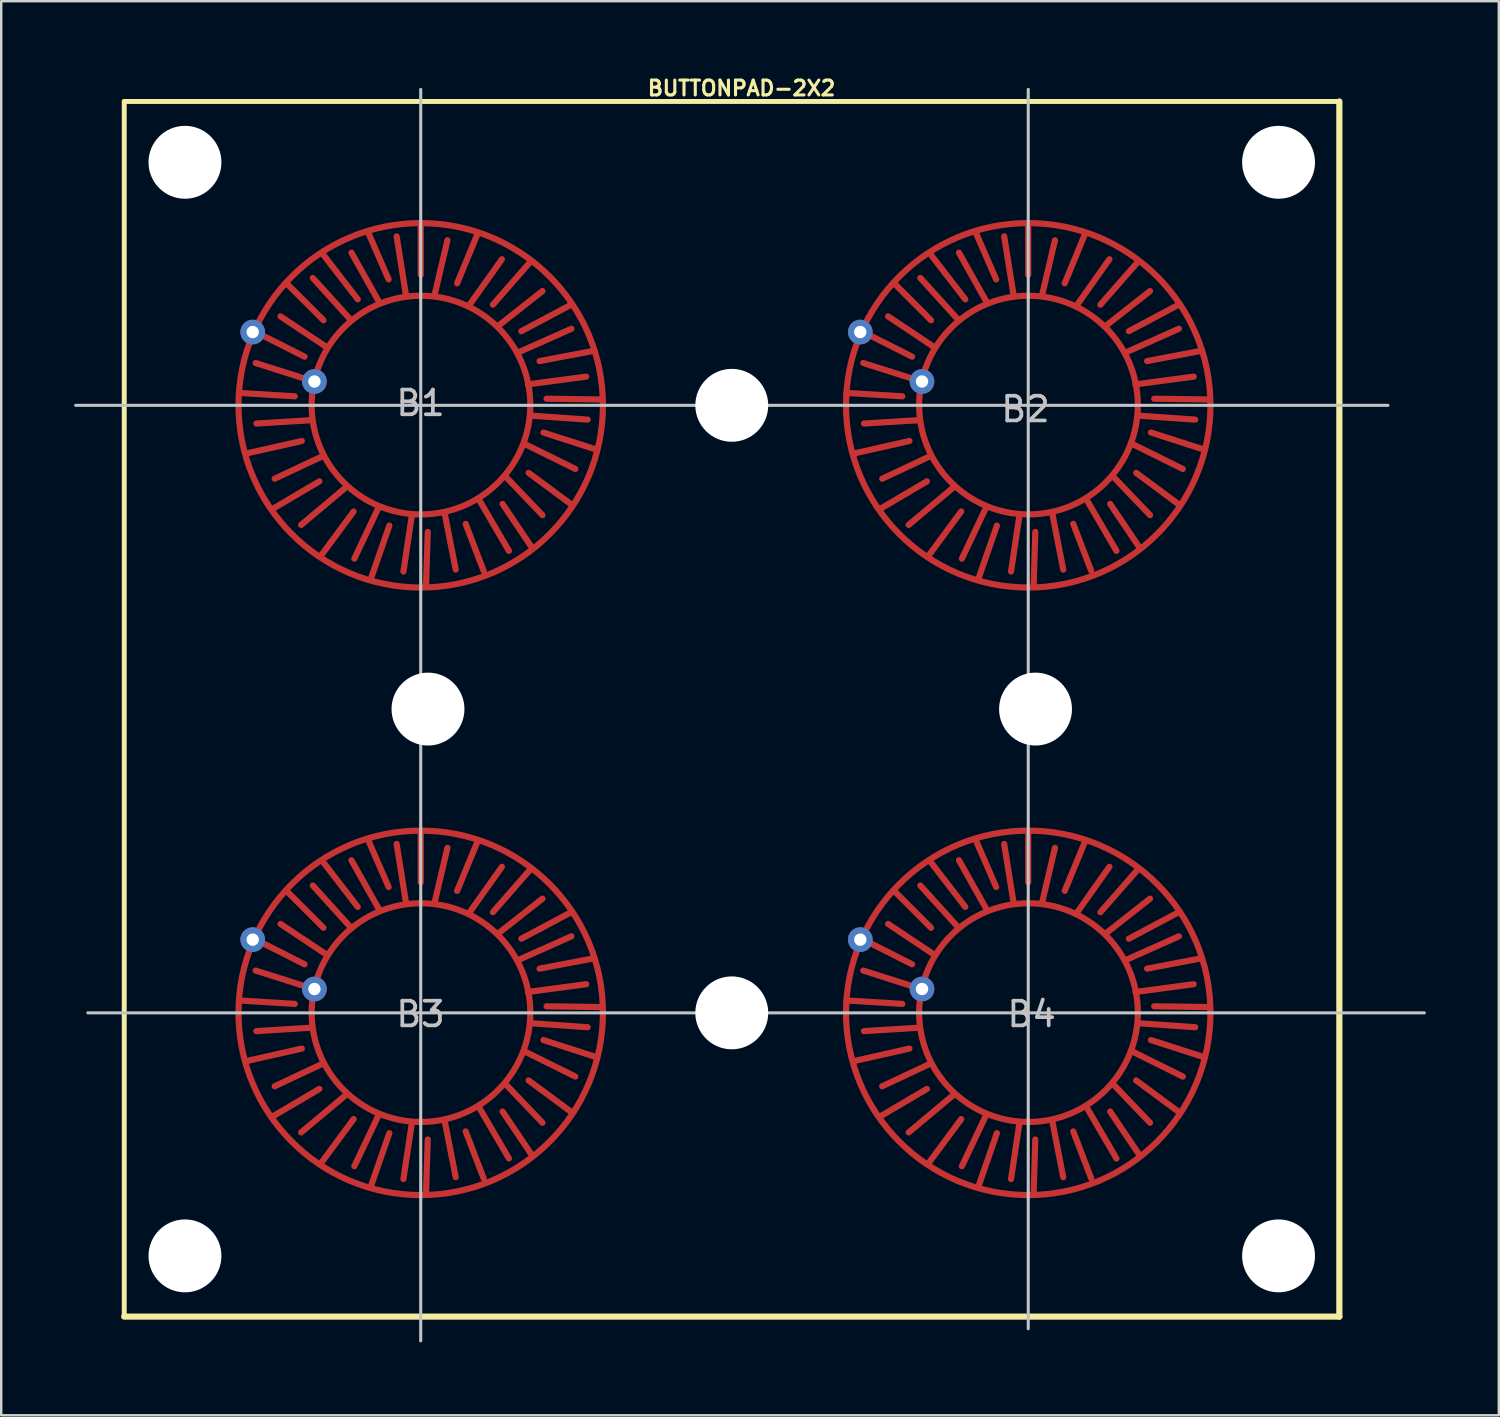
<source format=kicad_pcb>
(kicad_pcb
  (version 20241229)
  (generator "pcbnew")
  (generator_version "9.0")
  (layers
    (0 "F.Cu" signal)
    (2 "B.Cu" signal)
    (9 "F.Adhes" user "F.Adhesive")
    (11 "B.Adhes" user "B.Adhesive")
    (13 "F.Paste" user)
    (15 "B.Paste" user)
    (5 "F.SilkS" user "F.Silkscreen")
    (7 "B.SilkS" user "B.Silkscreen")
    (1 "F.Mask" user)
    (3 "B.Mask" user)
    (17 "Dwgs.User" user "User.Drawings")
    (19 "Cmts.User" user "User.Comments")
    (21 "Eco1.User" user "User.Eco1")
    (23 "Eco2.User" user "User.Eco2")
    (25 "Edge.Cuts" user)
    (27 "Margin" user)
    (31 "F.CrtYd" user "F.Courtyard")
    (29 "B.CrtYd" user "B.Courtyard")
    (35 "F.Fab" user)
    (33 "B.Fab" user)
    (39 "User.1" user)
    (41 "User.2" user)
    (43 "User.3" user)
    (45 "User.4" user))
  (footprint "BUTTONPAD-2X2"
    (layer "F.Cu")
    (at 2.062 51.126)
    (property "Reference" "BUTTONPAD-2X2" (at 25.4 -50.546 0) (layer "F.SilkS") (effects (font (size 0.61 0.61) (thickness 0.127))))
    (attr exclude_from_pos_files exclude_from_bom)
    (fp_line (start 4.719 -38.009) (end 7.018 -37.869) (stroke (width 0.254) (type solid)) (layer "F.Cu"))
    (fp_line (start 4.719 -13.01) (end 7.018 -12.868) (stroke (width 0.254) (type solid)) (layer "F.Cu"))
    (fp_line (start 5.039 -35.519) (end 7.308 -36.03) (stroke (width 0.254) (type solid)) (layer "F.Cu"))
    (fp_line (start 5.039 -10.518) (end 7.308 -11.029) (stroke (width 0.254) (type solid)) (layer "F.Cu"))
    (fp_line (start 5.359 -40.538) (end 7.419 -39.5) (stroke (width 0.254) (type solid)) (layer "F.Cu"))
    (fp_line (start 5.359 -15.54) (end 7.419 -14.498) (stroke (width 0.254) (type solid)) (layer "F.Cu"))
    (fp_line (start 6.129 -33.249) (end 8.029 -34.369) (stroke (width 0.254) (type solid)) (layer "F.Cu"))
    (fp_line (start 6.129 -8.25) (end 8.029 -9.368) (stroke (width 0.254) (type solid)) (layer "F.Cu"))
    (fp_line (start 6.698 -42.499) (end 8.199 -40.998) (stroke (width 0.254) (type solid)) (layer "F.Cu"))
    (fp_line (start 6.698 -17.498) (end 8.199 -15.999) (stroke (width 0.254) (type solid)) (layer "F.Cu"))
    (fp_line (start 7.739 -38.499) (end 5.408 -39.238) (stroke (width 0.254) (type solid)) (layer "F.Cu"))
    (fp_line (start 7.739 -36.888) (end 5.438 -36.749) (stroke (width 0.254) (type solid)) (layer "F.Cu"))
    (fp_line (start 7.739 -13.498) (end 5.408 -14.239) (stroke (width 0.254) (type solid)) (layer "F.Cu"))
    (fp_line (start 7.739 -11.89) (end 5.438 -11.748) (stroke (width 0.254) (type solid)) (layer "F.Cu"))
    (fp_line (start 8.108 -31.328) (end 9.439 -33.129) (stroke (width 0.254) (type solid)) (layer "F.Cu"))
    (fp_line (start 8.108 -6.33) (end 9.439 -8.128) (stroke (width 0.254) (type solid)) (layer "F.Cu"))
    (fp_line (start 8.189 -43.698) (end 9.609 -41.859) (stroke (width 0.254) (type solid)) (layer "F.Cu"))
    (fp_line (start 8.189 -35.418) (end 6.19 -34.478) (stroke (width 0.254) (type solid)) (layer "F.Cu"))
    (fp_line (start 8.189 -18.699) (end 9.609 -16.858) (stroke (width 0.254) (type solid)) (layer "F.Cu"))
    (fp_line (start 8.189 -10.419) (end 6.19 -9.479) (stroke (width 0.254) (type solid)) (layer "F.Cu"))
    (fp_line (start 8.349 -39.878) (end 6.429 -41.158) (stroke (width 0.254) (type solid)) (layer "F.Cu"))
    (fp_line (start 8.349 -14.879) (end 6.429 -16.159) (stroke (width 0.254) (type solid)) (layer "F.Cu"))
    (fp_line (start 9.129 -34.13) (end 7.28 -32.578) (stroke (width 0.254) (type solid)) (layer "F.Cu"))
    (fp_line (start 9.129 -9.129) (end 7.28 -7.579) (stroke (width 0.254) (type solid)) (layer "F.Cu"))
    (fp_line (start 9.289 -41.049) (end 7.76 -42.738) (stroke (width 0.254) (type solid)) (layer "F.Cu"))
    (fp_line (start 9.289 -16.048) (end 7.76 -17.739) (stroke (width 0.254) (type solid)) (layer "F.Cu"))
    (fp_line (start 10.038 -44.607) (end 10.879 -42.68) (stroke (width 0.254) (type solid)) (layer "F.Cu"))
    (fp_line (start 10.038 -19.609) (end 10.879 -17.678) (stroke (width 0.254) (type solid)) (layer "F.Cu"))
    (fp_line (start 10.168 -30.419) (end 10.909 -32.548) (stroke (width 0.254) (type solid)) (layer "F.Cu"))
    (fp_line (start 10.168 -5.418) (end 10.909 -7.549) (stroke (width 0.254) (type solid)) (layer "F.Cu"))
    (fp_line (start 10.46 -41.798) (end 9.35 -43.779) (stroke (width 0.254) (type solid)) (layer "F.Cu"))
    (fp_line (start 10.46 -33.279) (end 9.469 -31.189) (stroke (width 0.254) (type solid)) (layer "F.Cu"))
    (fp_line (start 10.46 -16.8) (end 9.35 -18.778) (stroke (width 0.254) (type solid)) (layer "F.Cu"))
    (fp_line (start 10.46 -8.278) (end 9.469 -6.19) (stroke (width 0.254) (type solid)) (layer "F.Cu"))
    (fp_line (start 11.587 -42.067) (end 11.209 -44.45) (stroke (width 0.254) (type solid)) (layer "F.Cu"))
    (fp_line (start 11.587 -17.069) (end 11.209 -19.449) (stroke (width 0.254) (type solid)) (layer "F.Cu"))
    (fp_line (start 11.829 -32.929) (end 11.488 -30.658) (stroke (width 0.254) (type solid)) (layer "F.Cu"))
    (fp_line (start 11.829 -7.93) (end 11.488 -5.659) (stroke (width 0.254) (type solid)) (layer "F.Cu"))
    (fp_line (start 12.2 -44.958) (end 12.2 -42.868) (stroke (width 0.254) (type solid)) (layer "F.Cu"))
    (fp_line (start 12.2 -19.959) (end 12.2 -17.869) (stroke (width 0.254) (type solid)) (layer "F.Cu"))
    (fp_line (start 12.418 -30.058) (end 12.489 -32.288) (stroke (width 0.254) (type solid)) (layer "F.Cu"))
    (fp_line (start 12.418 -5.06) (end 12.489 -7.29) (stroke (width 0.254) (type solid)) (layer "F.Cu"))
    (fp_line (start 12.789 -42.118) (end 13.299 -44.29) (stroke (width 0.254) (type solid)) (layer "F.Cu"))
    (fp_line (start 12.789 -17.12) (end 13.299 -19.289) (stroke (width 0.254) (type solid)) (layer "F.Cu"))
    (fp_line (start 13.188 -33.038) (end 13.64 -30.739) (stroke (width 0.254) (type solid)) (layer "F.Cu"))
    (fp_line (start 13.188 -8.039) (end 13.64 -5.738) (stroke (width 0.254) (type solid)) (layer "F.Cu"))
    (fp_line (start 14.178 -41.59) (end 15.54 -43.508) (stroke (width 0.254) (type solid)) (layer "F.Cu"))
    (fp_line (start 14.178 -16.589) (end 15.54 -18.509) (stroke (width 0.254) (type solid)) (layer "F.Cu"))
    (fp_line (start 14.529 -44.529) (end 13.698 -42.52) (stroke (width 0.254) (type solid)) (layer "F.Cu"))
    (fp_line (start 14.529 -19.528) (end 13.698 -17.518) (stroke (width 0.254) (type solid)) (layer "F.Cu"))
    (fp_line (start 14.608 -33.599) (end 15.829 -31.509) (stroke (width 0.254) (type solid)) (layer "F.Cu"))
    (fp_line (start 14.608 -8.598) (end 15.829 -6.507) (stroke (width 0.254) (type solid)) (layer "F.Cu"))
    (fp_line (start 14.788 -30.688) (end 14.049 -32.619) (stroke (width 0.254) (type solid)) (layer "F.Cu"))
    (fp_line (start 14.788 -5.69) (end 14.049 -7.62) (stroke (width 0.254) (type solid)) (layer "F.Cu"))
    (fp_line (start 15.38 -40.759) (end 17.209 -42.2) (stroke (width 0.254) (type solid)) (layer "F.Cu"))
    (fp_line (start 15.38 -15.758) (end 17.209 -17.198) (stroke (width 0.254) (type solid)) (layer "F.Cu"))
    (fp_line (start 15.7 -34.559) (end 17.209 -32.979) (stroke (width 0.254) (type solid)) (layer "F.Cu"))
    (fp_line (start 15.7 -9.558) (end 17.209 -7.978) (stroke (width 0.254) (type solid)) (layer "F.Cu"))
    (fp_line (start 16.18 -39.66) (end 18.4 -40.648) (stroke (width 0.254) (type solid)) (layer "F.Cu"))
    (fp_line (start 16.18 -14.658) (end 18.4 -15.649) (stroke (width 0.254) (type solid)) (layer "F.Cu"))
    (fp_line (start 16.5 -35.898) (end 18.56 -34.879) (stroke (width 0.254) (type solid)) (layer "F.Cu"))
    (fp_line (start 16.5 -10.899) (end 18.56 -9.878) (stroke (width 0.254) (type solid)) (layer "F.Cu"))
    (fp_line (start 16.609 -38.359) (end 19.009 -38.679) (stroke (width 0.254) (type solid)) (layer "F.Cu"))
    (fp_line (start 16.609 -13.358) (end 19.009 -13.678) (stroke (width 0.254) (type solid)) (layer "F.Cu"))
    (fp_line (start 16.718 -43.409) (end 15.169 -41.638) (stroke (width 0.254) (type solid)) (layer "F.Cu"))
    (fp_line (start 16.718 -18.41) (end 15.169 -16.64) (stroke (width 0.254) (type solid)) (layer "F.Cu"))
    (fp_line (start 16.739 -31.699) (end 15.568 -33.439) (stroke (width 0.254) (type solid)) (layer "F.Cu"))
    (fp_line (start 16.739 -6.698) (end 15.568 -8.438) (stroke (width 0.254) (type solid)) (layer "F.Cu"))
    (fp_line (start 16.8 -37.069) (end 19.068 -36.909) (stroke (width 0.254) (type solid)) (layer "F.Cu"))
    (fp_line (start 16.8 -12.068) (end 19.068 -11.908) (stroke (width 0.254) (type solid)) (layer "F.Cu"))
    (fp_line (start 18.349 -41.618) (end 16.34 -40.549) (stroke (width 0.254) (type solid)) (layer "F.Cu"))
    (fp_line (start 18.349 -16.619) (end 16.34 -15.55) (stroke (width 0.254) (type solid)) (layer "F.Cu"))
    (fp_line (start 18.369 -33.439) (end 16.64 -34.719) (stroke (width 0.254) (type solid)) (layer "F.Cu"))
    (fp_line (start 18.369 -8.438) (end 16.64 -9.718) (stroke (width 0.254) (type solid)) (layer "F.Cu"))
    (fp_line (start 19.309 -39.738) (end 17.089 -39.319) (stroke (width 0.254) (type solid)) (layer "F.Cu"))
    (fp_line (start 19.309 -14.74) (end 17.089 -14.318) (stroke (width 0.254) (type solid)) (layer "F.Cu"))
    (fp_line (start 19.418 -35.679) (end 17.249 -36.378) (stroke (width 0.254) (type solid)) (layer "F.Cu"))
    (fp_line (start 19.418 -10.678) (end 17.249 -11.379) (stroke (width 0.254) (type solid)) (layer "F.Cu"))
    (fp_line (start 19.578 -37.739) (end 17.379 -37.77) (stroke (width 0.254) (type solid)) (layer "F.Cu"))
    (fp_line (start 19.578 -12.738) (end 17.379 -12.769) (stroke (width 0.254) (type solid)) (layer "F.Cu"))
    (fp_line (start 29.718 -38.009) (end 32.019 -37.869) (stroke (width 0.254) (type solid)) (layer "F.Cu"))
    (fp_line (start 29.718 -13.01) (end 32.019 -12.868) (stroke (width 0.254) (type solid)) (layer "F.Cu"))
    (fp_line (start 30.038 -35.519) (end 32.309 -36.03) (stroke (width 0.254) (type solid)) (layer "F.Cu"))
    (fp_line (start 30.038 -10.518) (end 32.309 -11.029) (stroke (width 0.254) (type solid)) (layer "F.Cu"))
    (fp_line (start 30.358 -40.538) (end 32.418 -39.5) (stroke (width 0.254) (type solid)) (layer "F.Cu"))
    (fp_line (start 30.358 -15.54) (end 32.418 -14.498) (stroke (width 0.254) (type solid)) (layer "F.Cu"))
    (fp_line (start 31.128 -33.249) (end 33.028 -34.369) (stroke (width 0.254) (type solid)) (layer "F.Cu"))
    (fp_line (start 31.128 -8.25) (end 33.028 -9.368) (stroke (width 0.254) (type solid)) (layer "F.Cu"))
    (fp_line (start 31.699 -42.499) (end 33.198 -40.998) (stroke (width 0.254) (type solid)) (layer "F.Cu"))
    (fp_line (start 31.699 -17.498) (end 33.198 -15.999) (stroke (width 0.254) (type solid)) (layer "F.Cu"))
    (fp_line (start 32.738 -38.499) (end 30.409 -39.238) (stroke (width 0.254) (type solid)) (layer "F.Cu"))
    (fp_line (start 32.738 -36.888) (end 30.439 -36.749) (stroke (width 0.254) (type solid)) (layer "F.Cu"))
    (fp_line (start 32.738 -13.498) (end 30.409 -14.239) (stroke (width 0.254) (type solid)) (layer "F.Cu"))
    (fp_line (start 32.738 -11.89) (end 30.439 -11.748) (stroke (width 0.254) (type solid)) (layer "F.Cu"))
    (fp_line (start 33.109 -31.328) (end 34.44 -33.129) (stroke (width 0.254) (type solid)) (layer "F.Cu"))
    (fp_line (start 33.109 -6.33) (end 34.44 -8.128) (stroke (width 0.254) (type solid)) (layer "F.Cu"))
    (fp_line (start 33.188 -43.698) (end 34.608 -41.859) (stroke (width 0.254) (type solid)) (layer "F.Cu"))
    (fp_line (start 33.188 -35.418) (end 31.189 -34.478) (stroke (width 0.254) (type solid)) (layer "F.Cu"))
    (fp_line (start 33.188 -18.699) (end 34.608 -16.858) (stroke (width 0.254) (type solid)) (layer "F.Cu"))
    (fp_line (start 33.188 -10.419) (end 31.189 -9.479) (stroke (width 0.254) (type solid)) (layer "F.Cu"))
    (fp_line (start 33.348 -39.878) (end 31.43 -41.158) (stroke (width 0.254) (type solid)) (layer "F.Cu"))
    (fp_line (start 33.348 -14.879) (end 31.43 -16.159) (stroke (width 0.254) (type solid)) (layer "F.Cu"))
    (fp_line (start 34.13 -34.13) (end 32.278 -32.578) (stroke (width 0.254) (type solid)) (layer "F.Cu"))
    (fp_line (start 34.13 -9.129) (end 32.278 -7.579) (stroke (width 0.254) (type solid)) (layer "F.Cu"))
    (fp_line (start 34.29 -41.049) (end 32.758 -42.738) (stroke (width 0.254) (type solid)) (layer "F.Cu"))
    (fp_line (start 34.29 -16.048) (end 32.758 -17.739) (stroke (width 0.254) (type solid)) (layer "F.Cu"))
    (fp_line (start 35.039 -44.607) (end 35.877 -42.68) (stroke (width 0.254) (type solid)) (layer "F.Cu"))
    (fp_line (start 35.039 -19.609) (end 35.877 -17.678) (stroke (width 0.254) (type solid)) (layer "F.Cu"))
    (fp_line (start 35.169 -30.419) (end 35.908 -32.548) (stroke (width 0.254) (type solid)) (layer "F.Cu"))
    (fp_line (start 35.169 -5.418) (end 35.908 -7.549) (stroke (width 0.254) (type solid)) (layer "F.Cu"))
    (fp_line (start 35.458 -41.798) (end 34.348 -43.779) (stroke (width 0.254) (type solid)) (layer "F.Cu"))
    (fp_line (start 35.458 -33.279) (end 34.468 -31.189) (stroke (width 0.254) (type solid)) (layer "F.Cu"))
    (fp_line (start 35.458 -16.8) (end 34.348 -18.778) (stroke (width 0.254) (type solid)) (layer "F.Cu"))
    (fp_line (start 35.458 -8.278) (end 34.468 -6.19) (stroke (width 0.254) (type solid)) (layer "F.Cu"))
    (fp_line (start 36.589 -42.067) (end 36.208 -44.45) (stroke (width 0.254) (type solid)) (layer "F.Cu"))
    (fp_line (start 36.589 -17.069) (end 36.208 -19.449) (stroke (width 0.254) (type solid)) (layer "F.Cu"))
    (fp_line (start 36.83 -32.929) (end 36.49 -30.658) (stroke (width 0.254) (type solid)) (layer "F.Cu"))
    (fp_line (start 36.83 -7.93) (end 36.49 -5.659) (stroke (width 0.254) (type solid)) (layer "F.Cu"))
    (fp_line (start 37.198 -44.958) (end 37.198 -42.868) (stroke (width 0.254) (type solid)) (layer "F.Cu"))
    (fp_line (start 37.198 -19.959) (end 37.198 -17.869) (stroke (width 0.254) (type solid)) (layer "F.Cu"))
    (fp_line (start 37.419 -30.058) (end 37.488 -32.288) (stroke (width 0.254) (type solid)) (layer "F.Cu"))
    (fp_line (start 37.419 -5.06) (end 37.488 -7.29) (stroke (width 0.254) (type solid)) (layer "F.Cu"))
    (fp_line (start 37.788 -42.118) (end 38.298 -44.29) (stroke (width 0.254) (type solid)) (layer "F.Cu"))
    (fp_line (start 37.788 -17.12) (end 38.298 -19.289) (stroke (width 0.254) (type solid)) (layer "F.Cu"))
    (fp_line (start 38.189 -33.038) (end 38.638 -30.739) (stroke (width 0.254) (type solid)) (layer "F.Cu"))
    (fp_line (start 38.189 -8.039) (end 38.638 -5.738) (stroke (width 0.254) (type solid)) (layer "F.Cu"))
    (fp_line (start 39.179 -41.59) (end 40.538 -43.508) (stroke (width 0.254) (type solid)) (layer "F.Cu"))
    (fp_line (start 39.179 -16.589) (end 40.538 -18.509) (stroke (width 0.254) (type solid)) (layer "F.Cu"))
    (fp_line (start 39.527 -44.529) (end 38.699 -42.52) (stroke (width 0.254) (type solid)) (layer "F.Cu"))
    (fp_line (start 39.527 -19.528) (end 38.699 -17.518) (stroke (width 0.254) (type solid)) (layer "F.Cu"))
    (fp_line (start 39.609 -33.599) (end 40.828 -31.509) (stroke (width 0.254) (type solid)) (layer "F.Cu"))
    (fp_line (start 39.609 -8.598) (end 40.828 -6.507) (stroke (width 0.254) (type solid)) (layer "F.Cu"))
    (fp_line (start 39.789 -30.688) (end 39.05 -32.619) (stroke (width 0.254) (type solid)) (layer "F.Cu"))
    (fp_line (start 39.789 -5.69) (end 39.05 -7.62) (stroke (width 0.254) (type solid)) (layer "F.Cu"))
    (fp_line (start 40.378 -40.759) (end 42.21 -42.2) (stroke (width 0.254) (type solid)) (layer "F.Cu"))
    (fp_line (start 40.378 -15.758) (end 42.21 -17.198) (stroke (width 0.254) (type solid)) (layer "F.Cu"))
    (fp_line (start 40.698 -34.559) (end 42.21 -32.979) (stroke (width 0.254) (type solid)) (layer "F.Cu"))
    (fp_line (start 40.698 -9.558) (end 42.21 -7.978) (stroke (width 0.254) (type solid)) (layer "F.Cu"))
    (fp_line (start 41.178 -39.66) (end 43.398 -40.648) (stroke (width 0.254) (type solid)) (layer "F.Cu"))
    (fp_line (start 41.178 -14.658) (end 43.398 -15.649) (stroke (width 0.254) (type solid)) (layer "F.Cu"))
    (fp_line (start 41.499 -35.898) (end 43.558 -34.879) (stroke (width 0.254) (type solid)) (layer "F.Cu"))
    (fp_line (start 41.499 -10.899) (end 43.558 -9.878) (stroke (width 0.254) (type solid)) (layer "F.Cu"))
    (fp_line (start 41.608 -38.359) (end 44.008 -38.679) (stroke (width 0.254) (type solid)) (layer "F.Cu"))
    (fp_line (start 41.608 -13.358) (end 44.008 -13.678) (stroke (width 0.254) (type solid)) (layer "F.Cu"))
    (fp_line (start 41.719 -43.409) (end 40.168 -41.638) (stroke (width 0.254) (type solid)) (layer "F.Cu"))
    (fp_line (start 41.719 -18.41) (end 40.168 -16.64) (stroke (width 0.254) (type solid)) (layer "F.Cu"))
    (fp_line (start 41.74 -31.699) (end 40.569 -33.439) (stroke (width 0.254) (type solid)) (layer "F.Cu"))
    (fp_line (start 41.74 -6.698) (end 40.569 -8.438) (stroke (width 0.254) (type solid)) (layer "F.Cu"))
    (fp_line (start 41.798 -37.069) (end 44.069 -36.909) (stroke (width 0.254) (type solid)) (layer "F.Cu"))
    (fp_line (start 41.798 -12.068) (end 44.069 -11.908) (stroke (width 0.254) (type solid)) (layer "F.Cu"))
    (fp_line (start 43.348 -41.618) (end 41.339 -40.549) (stroke (width 0.254) (type solid)) (layer "F.Cu"))
    (fp_line (start 43.348 -16.619) (end 41.339 -15.55) (stroke (width 0.254) (type solid)) (layer "F.Cu"))
    (fp_line (start 43.368 -33.439) (end 41.638 -34.719) (stroke (width 0.254) (type solid)) (layer "F.Cu"))
    (fp_line (start 43.368 -8.438) (end 41.638 -9.718) (stroke (width 0.254) (type solid)) (layer "F.Cu"))
    (fp_line (start 44.308 -39.738) (end 42.088 -39.319) (stroke (width 0.254) (type solid)) (layer "F.Cu"))
    (fp_line (start 44.308 -14.74) (end 42.088 -14.318) (stroke (width 0.254) (type solid)) (layer "F.Cu"))
    (fp_line (start 44.42 -35.679) (end 42.248 -36.378) (stroke (width 0.254) (type solid)) (layer "F.Cu"))
    (fp_line (start 44.42 -10.678) (end 42.248 -11.379) (stroke (width 0.254) (type solid)) (layer "F.Cu"))
    (fp_line (start 44.58 -37.739) (end 42.38 -37.77) (stroke (width 0.254) (type solid)) (layer "F.Cu"))
    (fp_line (start 44.58 -12.738) (end 42.38 -12.769) (stroke (width 0.254) (type solid)) (layer "F.Cu"))
    (fp_circle (center 12.2 -37.498) (end 19.698 -37.498) (stroke (width 0.254) (type solid)) (fill no) (layer "F.Cu"))
    (fp_circle (center 12.2 -12.499) (end 12.2 -19.997) (stroke (width 0.254) (type solid)) (fill no) (layer "F.Cu"))
    (fp_circle (center 12.21 -37.508) (end 12.21 -42.007) (stroke (width 0.254) (type solid)) (fill no) (layer "F.Cu"))
    (fp_circle (center 12.21 -12.509) (end 12.21 -17.008) (stroke (width 0.254) (type solid)) (fill no) (layer "F.Cu"))
    (fp_circle (center 37.198 -37.498) (end 37.198 -44.996) (stroke (width 0.254) (type solid)) (fill no) (layer "F.Cu"))
    (fp_circle (center 37.198 -12.499) (end 44.696 -12.499) (stroke (width 0.254) (type solid)) (fill no) (layer "F.Cu"))
    (fp_circle (center 37.208 -37.508) (end 37.208 -42.007) (stroke (width 0.254) (type solid)) (fill no) (layer "F.Cu"))
    (fp_circle (center 37.208 -12.509) (end 37.208 -17.008) (stroke (width 0.254) (type solid)) (fill no) (layer "F.Cu"))
    (fp_line (start 4.729 -38.009) (end 7.018 -37.869) (stroke (width 0.254) (type solid)) (layer "F.Mask"))
    (fp_line (start 4.729 -13.01) (end 7.018 -12.868) (stroke (width 0.254) (type solid)) (layer "F.Mask"))
    (fp_line (start 5.359 -40.528) (end 7.419 -39.5) (stroke (width 0.254) (type solid)) (layer "F.Mask"))
    (fp_line (start 5.359 -15.53) (end 7.419 -14.498) (stroke (width 0.254) (type solid)) (layer "F.Mask"))
    (fp_line (start 5.408 -39.238) (end 7.777 -38.478) (stroke (width 0.254) (type solid)) (layer "F.Mask"))
    (fp_line (start 5.408 -14.239) (end 7.777 -13.48) (stroke (width 0.254) (type solid)) (layer "F.Mask"))
    (fp_line (start 5.438 -36.749) (end 7.739 -36.899) (stroke (width 0.254) (type solid)) (layer "F.Mask"))
    (fp_line (start 5.438 -11.748) (end 7.739 -11.9) (stroke (width 0.254) (type solid)) (layer "F.Mask"))
    (fp_line (start 6.078 -33.218) (end 8.029 -34.369) (stroke (width 0.254) (type solid)) (layer "F.Mask"))
    (fp_line (start 6.078 -8.219) (end 8.029 -9.368) (stroke (width 0.254) (type solid)) (layer "F.Mask"))
    (fp_line (start 6.19 -34.478) (end 8.189 -35.418) (stroke (width 0.254) (type solid)) (layer "F.Mask"))
    (fp_line (start 6.19 -9.479) (end 8.189 -10.419) (stroke (width 0.254) (type solid)) (layer "F.Mask"))
    (fp_line (start 6.429 -41.158) (end 8.288 -39.929) (stroke (width 0.254) (type solid)) (layer "F.Mask"))
    (fp_line (start 6.429 -16.159) (end 8.288 -14.928) (stroke (width 0.254) (type solid)) (layer "F.Mask"))
    (fp_line (start 6.678 -42.509) (end 8.199 -40.998) (stroke (width 0.254) (type solid)) (layer "F.Mask"))
    (fp_line (start 6.678 -17.508) (end 8.199 -15.999) (stroke (width 0.254) (type solid)) (layer "F.Mask"))
    (fp_line (start 7.308 -36.03) (end 5.029 -35.519) (stroke (width 0.254) (type solid)) (layer "F.Mask"))
    (fp_line (start 7.308 -11.029) (end 5.029 -10.518) (stroke (width 0.254) (type solid)) (layer "F.Mask"))
    (fp_line (start 7.76 -42.738) (end 9.319 -41.018) (stroke (width 0.254) (type solid)) (layer "F.Mask"))
    (fp_line (start 7.76 -17.739) (end 9.319 -16.02) (stroke (width 0.254) (type solid)) (layer "F.Mask"))
    (fp_line (start 8.158 -43.739) (end 9.609 -41.859) (stroke (width 0.254) (type solid)) (layer "F.Mask"))
    (fp_line (start 8.158 -18.738) (end 9.609 -16.858) (stroke (width 0.254) (type solid)) (layer "F.Mask"))
    (fp_line (start 9.149 -34.158) (end 7.28 -32.578) (stroke (width 0.254) (type solid)) (layer "F.Mask"))
    (fp_line (start 9.149 -9.159) (end 7.28 -7.579) (stroke (width 0.254) (type solid)) (layer "F.Mask"))
    (fp_line (start 9.35 -43.779) (end 10.46 -41.798) (stroke (width 0.254) (type solid)) (layer "F.Mask"))
    (fp_line (start 9.35 -18.778) (end 10.46 -16.8) (stroke (width 0.254) (type solid)) (layer "F.Mask"))
    (fp_line (start 9.439 -33.129) (end 8.098 -31.278) (stroke (width 0.254) (type solid)) (layer "F.Mask"))
    (fp_line (start 9.439 -8.128) (end 8.098 -6.279) (stroke (width 0.254) (type solid)) (layer "F.Mask"))
    (fp_line (start 9.459 -31.189) (end 10.45 -33.249) (stroke (width 0.254) (type solid)) (layer "F.Mask"))
    (fp_line (start 9.459 -6.19) (end 10.45 -8.25) (stroke (width 0.254) (type solid)) (layer "F.Mask"))
    (fp_line (start 10.879 -42.68) (end 10.018 -44.648) (stroke (width 0.254) (type solid)) (layer "F.Mask"))
    (fp_line (start 10.879 -17.678) (end 10.018 -19.649) (stroke (width 0.254) (type solid)) (layer "F.Mask"))
    (fp_line (start 10.909 -32.548) (end 10.15 -30.368) (stroke (width 0.254) (type solid)) (layer "F.Mask"))
    (fp_line (start 10.909 -7.549) (end 10.15 -5.37) (stroke (width 0.254) (type solid)) (layer "F.Mask"))
    (fp_line (start 11.488 -30.658) (end 11.839 -32.99) (stroke (width 0.254) (type solid)) (layer "F.Mask"))
    (fp_line (start 11.488 -5.659) (end 11.839 -7.988) (stroke (width 0.254) (type solid)) (layer "F.Mask"))
    (fp_line (start 11.618 -41.979) (end 11.209 -44.45) (stroke (width 0.254) (type solid)) (layer "F.Mask"))
    (fp_line (start 11.618 -16.98) (end 11.209 -19.449) (stroke (width 0.254) (type solid)) (layer "F.Mask"))
    (fp_line (start 12.2 -42.868) (end 12.2 -44.988) (stroke (width 0.254) (type solid)) (layer "F.Mask"))
    (fp_line (start 12.2 -17.869) (end 12.2 -19.99) (stroke (width 0.254) (type solid)) (layer "F.Mask"))
    (fp_line (start 12.489 -32.288) (end 12.418 -30.058) (stroke (width 0.254) (type solid)) (layer "F.Mask"))
    (fp_line (start 12.489 -7.29) (end 12.418 -5.06) (stroke (width 0.254) (type solid)) (layer "F.Mask"))
    (fp_line (start 12.758 -42.009) (end 13.299 -44.29) (stroke (width 0.254) (type solid)) (layer "F.Mask"))
    (fp_line (start 12.758 -17.008) (end 13.299 -19.289) (stroke (width 0.254) (type solid)) (layer "F.Mask"))
    (fp_line (start 13.64 -30.739) (end 13.178 -33.089) (stroke (width 0.254) (type solid)) (layer "F.Mask"))
    (fp_line (start 13.64 -5.738) (end 13.178 -8.09) (stroke (width 0.254) (type solid)) (layer "F.Mask"))
    (fp_line (start 13.698 -42.52) (end 14.539 -44.539) (stroke (width 0.254) (type solid)) (layer "F.Mask"))
    (fp_line (start 13.698 -17.518) (end 14.539 -19.538) (stroke (width 0.254) (type solid)) (layer "F.Mask"))
    (fp_line (start 14.049 -32.619) (end 14.829 -30.569) (stroke (width 0.254) (type solid)) (layer "F.Mask"))
    (fp_line (start 14.049 -7.62) (end 14.829 -5.568) (stroke (width 0.254) (type solid)) (layer "F.Mask"))
    (fp_line (start 14.199 -41.598) (end 15.54 -43.508) (stroke (width 0.254) (type solid)) (layer "F.Mask"))
    (fp_line (start 14.199 -16.599) (end 15.54 -18.509) (stroke (width 0.254) (type solid)) (layer "F.Mask"))
    (fp_line (start 15.39 -40.77) (end 17.209 -42.2) (stroke (width 0.254) (type solid)) (layer "F.Mask"))
    (fp_line (start 15.39 -15.768) (end 17.209 -17.198) (stroke (width 0.254) (type solid)) (layer "F.Mask"))
    (fp_line (start 15.568 -33.439) (end 16.769 -31.659) (stroke (width 0.254) (type solid)) (layer "F.Mask"))
    (fp_line (start 15.568 -8.438) (end 16.769 -6.66) (stroke (width 0.254) (type solid)) (layer "F.Mask"))
    (fp_line (start 15.659 -34.6) (end 17.209 -32.979) (stroke (width 0.254) (type solid)) (layer "F.Mask"))
    (fp_line (start 15.659 -9.599) (end 17.209 -7.978) (stroke (width 0.254) (type solid)) (layer "F.Mask"))
    (fp_line (start 15.829 -31.519) (end 14.58 -33.658) (stroke (width 0.254) (type solid)) (layer "F.Mask"))
    (fp_line (start 15.829 -6.518) (end 14.58 -8.659) (stroke (width 0.254) (type solid)) (layer "F.Mask"))
    (fp_line (start 16.228 -39.68) (end 18.4 -40.648) (stroke (width 0.254) (type solid)) (layer "F.Mask"))
    (fp_line (start 16.228 -14.679) (end 18.4 -15.649) (stroke (width 0.254) (type solid)) (layer "F.Mask"))
    (fp_line (start 16.34 -40.549) (end 18.369 -41.638) (stroke (width 0.254) (type solid)) (layer "F.Mask"))
    (fp_line (start 16.34 -15.55) (end 18.369 -16.64) (stroke (width 0.254) (type solid)) (layer "F.Mask"))
    (fp_line (start 16.429 -35.928) (end 18.56 -34.879) (stroke (width 0.254) (type solid)) (layer "F.Mask"))
    (fp_line (start 16.429 -10.93) (end 18.56 -9.878) (stroke (width 0.254) (type solid)) (layer "F.Mask"))
    (fp_line (start 16.64 -34.719) (end 18.39 -33.419) (stroke (width 0.254) (type solid)) (layer "F.Mask"))
    (fp_line (start 16.64 -9.718) (end 18.39 -8.418) (stroke (width 0.254) (type solid)) (layer "F.Mask"))
    (fp_line (start 16.667 -38.359) (end 19.009 -38.679) (stroke (width 0.254) (type solid)) (layer "F.Mask"))
    (fp_line (start 16.667 -13.358) (end 19.009 -13.678) (stroke (width 0.254) (type solid)) (layer "F.Mask"))
    (fp_line (start 16.708 -37.069) (end 19.068 -36.909) (stroke (width 0.254) (type solid)) (layer "F.Mask"))
    (fp_line (start 16.708 -12.068) (end 19.068 -11.908) (stroke (width 0.254) (type solid)) (layer "F.Mask"))
    (fp_line (start 16.728 -43.419) (end 15.169 -41.638) (stroke (width 0.254) (type solid)) (layer "F.Mask"))
    (fp_line (start 16.728 -18.418) (end 15.169 -16.64) (stroke (width 0.254) (type solid)) (layer "F.Mask"))
    (fp_line (start 17.089 -39.319) (end 19.329 -39.738) (stroke (width 0.254) (type solid)) (layer "F.Mask"))
    (fp_line (start 17.089 -14.318) (end 19.329 -14.74) (stroke (width 0.254) (type solid)) (layer "F.Mask"))
    (fp_line (start 17.249 -36.378) (end 19.367 -35.7) (stroke (width 0.254) (type solid)) (layer "F.Mask"))
    (fp_line (start 17.249 -11.379) (end 19.367 -10.698) (stroke (width 0.254) (type solid)) (layer "F.Mask"))
    (fp_line (start 17.369 -37.77) (end 19.66 -37.739) (stroke (width 0.254) (type solid)) (layer "F.Mask"))
    (fp_line (start 17.369 -12.769) (end 19.66 -12.738) (stroke (width 0.254) (type solid)) (layer "F.Mask"))
    (fp_line (start 29.728 -38.009) (end 32.019 -37.869) (stroke (width 0.254) (type solid)) (layer "F.Mask"))
    (fp_line (start 29.728 -13.01) (end 32.019 -12.868) (stroke (width 0.254) (type solid)) (layer "F.Mask"))
    (fp_line (start 30.358 -40.528) (end 32.418 -39.5) (stroke (width 0.254) (type solid)) (layer "F.Mask"))
    (fp_line (start 30.358 -15.53) (end 32.418 -14.498) (stroke (width 0.254) (type solid)) (layer "F.Mask"))
    (fp_line (start 30.409 -39.238) (end 32.779 -38.478) (stroke (width 0.254) (type solid)) (layer "F.Mask"))
    (fp_line (start 30.409 -14.239) (end 32.779 -13.48) (stroke (width 0.254) (type solid)) (layer "F.Mask"))
    (fp_line (start 30.439 -36.749) (end 32.738 -36.899) (stroke (width 0.254) (type solid)) (layer "F.Mask"))
    (fp_line (start 30.439 -11.748) (end 32.738 -11.9) (stroke (width 0.254) (type solid)) (layer "F.Mask"))
    (fp_line (start 31.079 -33.218) (end 33.028 -34.369) (stroke (width 0.254) (type solid)) (layer "F.Mask"))
    (fp_line (start 31.079 -8.219) (end 33.028 -9.368) (stroke (width 0.254) (type solid)) (layer "F.Mask"))
    (fp_line (start 31.189 -34.478) (end 33.188 -35.418) (stroke (width 0.254) (type solid)) (layer "F.Mask"))
    (fp_line (start 31.189 -9.479) (end 33.188 -10.419) (stroke (width 0.254) (type solid)) (layer "F.Mask"))
    (fp_line (start 31.43 -41.158) (end 33.289 -39.929) (stroke (width 0.254) (type solid)) (layer "F.Mask"))
    (fp_line (start 31.43 -16.159) (end 33.289 -14.928) (stroke (width 0.254) (type solid)) (layer "F.Mask"))
    (fp_line (start 31.679 -42.509) (end 33.198 -40.998) (stroke (width 0.254) (type solid)) (layer "F.Mask"))
    (fp_line (start 31.679 -17.508) (end 33.198 -15.999) (stroke (width 0.254) (type solid)) (layer "F.Mask"))
    (fp_line (start 32.309 -36.03) (end 30.028 -35.519) (stroke (width 0.254) (type solid)) (layer "F.Mask"))
    (fp_line (start 32.309 -11.029) (end 30.028 -10.518) (stroke (width 0.254) (type solid)) (layer "F.Mask"))
    (fp_line (start 32.758 -42.738) (end 34.318 -41.018) (stroke (width 0.254) (type solid)) (layer "F.Mask"))
    (fp_line (start 32.758 -17.739) (end 34.318 -16.02) (stroke (width 0.254) (type solid)) (layer "F.Mask"))
    (fp_line (start 33.16 -43.739) (end 34.608 -41.859) (stroke (width 0.254) (type solid)) (layer "F.Mask"))
    (fp_line (start 33.16 -18.738) (end 34.608 -16.858) (stroke (width 0.254) (type solid)) (layer "F.Mask"))
    (fp_line (start 34.148 -34.158) (end 32.278 -32.578) (stroke (width 0.254) (type solid)) (layer "F.Mask"))
    (fp_line (start 34.148 -9.159) (end 32.278 -7.579) (stroke (width 0.254) (type solid)) (layer "F.Mask"))
    (fp_line (start 34.348 -43.779) (end 35.458 -41.798) (stroke (width 0.254) (type solid)) (layer "F.Mask"))
    (fp_line (start 34.348 -18.778) (end 35.458 -16.8) (stroke (width 0.254) (type solid)) (layer "F.Mask"))
    (fp_line (start 34.44 -33.129) (end 33.099 -31.278) (stroke (width 0.254) (type solid)) (layer "F.Mask"))
    (fp_line (start 34.44 -8.128) (end 33.099 -6.279) (stroke (width 0.254) (type solid)) (layer "F.Mask"))
    (fp_line (start 34.458 -31.189) (end 35.448 -33.249) (stroke (width 0.254) (type solid)) (layer "F.Mask"))
    (fp_line (start 34.458 -6.19) (end 35.448 -8.25) (stroke (width 0.254) (type solid)) (layer "F.Mask"))
    (fp_line (start 35.877 -42.68) (end 35.019 -44.648) (stroke (width 0.254) (type solid)) (layer "F.Mask"))
    (fp_line (start 35.877 -17.678) (end 35.019 -19.649) (stroke (width 0.254) (type solid)) (layer "F.Mask"))
    (fp_line (start 35.908 -32.548) (end 35.149 -30.368) (stroke (width 0.254) (type solid)) (layer "F.Mask"))
    (fp_line (start 35.908 -7.549) (end 35.149 -5.37) (stroke (width 0.254) (type solid)) (layer "F.Mask"))
    (fp_line (start 36.49 -30.658) (end 36.838 -32.99) (stroke (width 0.254) (type solid)) (layer "F.Mask"))
    (fp_line (start 36.49 -5.659) (end 36.838 -7.988) (stroke (width 0.254) (type solid)) (layer "F.Mask"))
    (fp_line (start 36.619 -41.979) (end 36.208 -44.45) (stroke (width 0.254) (type solid)) (layer "F.Mask"))
    (fp_line (start 36.619 -16.98) (end 36.208 -19.449) (stroke (width 0.254) (type solid)) (layer "F.Mask"))
    (fp_line (start 37.198 -42.868) (end 37.198 -44.988) (stroke (width 0.254) (type solid)) (layer "F.Mask"))
    (fp_line (start 37.198 -17.869) (end 37.198 -19.99) (stroke (width 0.254) (type solid)) (layer "F.Mask"))
    (fp_line (start 37.488 -32.288) (end 37.419 -30.058) (stroke (width 0.254) (type solid)) (layer "F.Mask"))
    (fp_line (start 37.488 -7.29) (end 37.419 -5.06) (stroke (width 0.254) (type solid)) (layer "F.Mask"))
    (fp_line (start 37.76 -42.009) (end 38.298 -44.29) (stroke (width 0.254) (type solid)) (layer "F.Mask"))
    (fp_line (start 37.76 -17.008) (end 38.298 -19.289) (stroke (width 0.254) (type solid)) (layer "F.Mask"))
    (fp_line (start 38.638 -30.739) (end 38.179 -33.089) (stroke (width 0.254) (type solid)) (layer "F.Mask"))
    (fp_line (start 38.638 -5.738) (end 38.179 -8.09) (stroke (width 0.254) (type solid)) (layer "F.Mask"))
    (fp_line (start 38.699 -42.52) (end 39.538 -44.539) (stroke (width 0.254) (type solid)) (layer "F.Mask"))
    (fp_line (start 38.699 -17.518) (end 39.538 -19.538) (stroke (width 0.254) (type solid)) (layer "F.Mask"))
    (fp_line (start 39.05 -32.619) (end 39.83 -30.569) (stroke (width 0.254) (type solid)) (layer "F.Mask"))
    (fp_line (start 39.05 -7.62) (end 39.83 -5.568) (stroke (width 0.254) (type solid)) (layer "F.Mask"))
    (fp_line (start 39.2 -41.598) (end 40.538 -43.508) (stroke (width 0.254) (type solid)) (layer "F.Mask"))
    (fp_line (start 39.2 -16.599) (end 40.538 -18.509) (stroke (width 0.254) (type solid)) (layer "F.Mask"))
    (fp_line (start 40.389 -40.77) (end 42.21 -42.2) (stroke (width 0.254) (type solid)) (layer "F.Mask"))
    (fp_line (start 40.389 -15.768) (end 42.21 -17.198) (stroke (width 0.254) (type solid)) (layer "F.Mask"))
    (fp_line (start 40.569 -33.439) (end 41.768 -31.659) (stroke (width 0.254) (type solid)) (layer "F.Mask"))
    (fp_line (start 40.569 -8.438) (end 41.768 -6.66) (stroke (width 0.254) (type solid)) (layer "F.Mask"))
    (fp_line (start 40.658 -34.6) (end 42.21 -32.979) (stroke (width 0.254) (type solid)) (layer "F.Mask"))
    (fp_line (start 40.658 -9.599) (end 42.21 -7.978) (stroke (width 0.254) (type solid)) (layer "F.Mask"))
    (fp_line (start 40.828 -31.519) (end 39.578 -33.658) (stroke (width 0.254) (type solid)) (layer "F.Mask"))
    (fp_line (start 40.828 -6.518) (end 39.578 -8.659) (stroke (width 0.254) (type solid)) (layer "F.Mask"))
    (fp_line (start 41.229 -39.68) (end 43.398 -40.648) (stroke (width 0.254) (type solid)) (layer "F.Mask"))
    (fp_line (start 41.229 -14.679) (end 43.398 -15.649) (stroke (width 0.254) (type solid)) (layer "F.Mask"))
    (fp_line (start 41.339 -40.549) (end 43.368 -41.638) (stroke (width 0.254) (type solid)) (layer "F.Mask"))
    (fp_line (start 41.339 -15.55) (end 43.368 -16.64) (stroke (width 0.254) (type solid)) (layer "F.Mask"))
    (fp_line (start 41.43 -35.928) (end 43.558 -34.879) (stroke (width 0.254) (type solid)) (layer "F.Mask"))
    (fp_line (start 41.43 -10.93) (end 43.558 -9.878) (stroke (width 0.254) (type solid)) (layer "F.Mask"))
    (fp_line (start 41.638 -34.719) (end 43.388 -33.419) (stroke (width 0.254) (type solid)) (layer "F.Mask"))
    (fp_line (start 41.638 -9.718) (end 43.388 -8.418) (stroke (width 0.254) (type solid)) (layer "F.Mask"))
    (fp_line (start 41.669 -38.359) (end 44.008 -38.679) (stroke (width 0.254) (type solid)) (layer "F.Mask"))
    (fp_line (start 41.669 -13.358) (end 44.008 -13.678) (stroke (width 0.254) (type solid)) (layer "F.Mask"))
    (fp_line (start 41.709 -37.069) (end 44.069 -36.909) (stroke (width 0.254) (type solid)) (layer "F.Mask"))
    (fp_line (start 41.709 -12.068) (end 44.069 -11.908) (stroke (width 0.254) (type solid)) (layer "F.Mask"))
    (fp_line (start 41.73 -43.419) (end 40.168 -41.638) (stroke (width 0.254) (type solid)) (layer "F.Mask"))
    (fp_line (start 41.73 -18.418) (end 40.168 -16.64) (stroke (width 0.254) (type solid)) (layer "F.Mask"))
    (fp_line (start 42.088 -39.319) (end 44.328 -39.738) (stroke (width 0.254) (type solid)) (layer "F.Mask"))
    (fp_line (start 42.088 -14.318) (end 44.328 -14.74) (stroke (width 0.254) (type solid)) (layer "F.Mask"))
    (fp_line (start 42.248 -36.378) (end 44.369 -35.7) (stroke (width 0.254) (type solid)) (layer "F.Mask"))
    (fp_line (start 42.248 -11.379) (end 44.369 -10.698) (stroke (width 0.254) (type solid)) (layer "F.Mask"))
    (fp_line (start 42.37 -37.77) (end 44.658 -37.739) (stroke (width 0.254) (type solid)) (layer "F.Mask"))
    (fp_line (start 42.37 -12.769) (end 44.658 -12.738) (stroke (width 0.254) (type solid)) (layer "F.Mask"))
    (fp_circle (center 12.2 -37.508) (end 12.2 -42.017) (stroke (width 0.254) (type solid)) (fill no) (layer "F.Mask"))
    (fp_circle (center 12.2 -37.498) (end 12.2 -44.996) (stroke (width 0.254) (type solid)) (fill no) (layer "F.Mask"))
    (fp_circle (center 12.2 -12.509) (end 12.2 -17.018) (stroke (width 0.254) (type solid)) (fill no) (layer "F.Mask"))
    (fp_circle (center 12.2 -12.499) (end 12.2 -19.997) (stroke (width 0.254) (type solid)) (fill no) (layer "F.Mask"))
    (fp_circle (center 37.198 -37.508) (end 37.198 -42.017) (stroke (width 0.254) (type solid)) (fill no) (layer "F.Mask"))
    (fp_circle (center 37.198 -37.498) (end 37.198 -44.996) (stroke (width 0.254) (type solid)) (fill no) (layer "F.Mask"))
    (fp_circle (center 37.198 -12.509) (end 37.198 -17.018) (stroke (width 0.254) (type solid)) (fill no) (layer "F.Mask"))
    (fp_circle (center 37.198 -12.499) (end 44.696 -12.499) (stroke (width 0.254) (type solid)) (fill no) (layer "F.Mask"))
    (fp_line (start 0 -50) (end 50 -50) (stroke (width 0.203) (type solid)) (layer "F.SilkS"))
    (fp_line (start 0 0) (end 0 -50) (stroke (width 0.203) (type solid)) (layer "F.SilkS"))
    (fp_line (start 50 -50) (end 50 0) (stroke (width 0.254) (type solid)) (layer "F.SilkS"))
    (fp_line (start 50 0) (end 0 0) (stroke (width 0.254) (type solid)) (layer "F.SilkS"))
    (fp_line (start 12.2 -50.498) (end 12.2 0.998) (stroke (width 0.127) (type solid)) (layer "Dwgs.User"))
    (fp_line (start 37.198 0.498) (end 37.198 -50.498) (stroke (width 0.127) (type solid)) (layer "Dwgs.User"))
    (fp_line (start 51.999 -37.498) (end -1.999 -37.498) (stroke (width 0.127) (type solid)) (layer "Dwgs.User"))
    (fp_line (start 53.497 -12.499) (end -1.499 -12.499) (stroke (width 0.127) (type solid)) (layer "Dwgs.User"))
    (fp_text user "B2" (at 37.084 -37.338 0) (layer "Dwgs.User") (effects (font (size 1.016 1.016) (thickness 0.152))))
    (fp_text user "B3" (at 12.192 -12.446 0) (layer "Dwgs.User") (effects (font (size 1.016 1.016) (thickness 0.152))))
    (fp_text user "B4" (at 37.338 -12.446 0) (layer "Dwgs.User") (effects (font (size 1.016 1.016) (thickness 0.152))))
    (fp_text user "B1" (at 12.192 -37.592 0) (layer "Dwgs.User") (effects (font (size 1.016 1.016) (thickness 0.152))))
    (pad "" np_thru_hole circle (at 2.499 -47.498) (size 3 3) (drill 3) (layers "*.Cu" "*.Mask"))
    (pad "" np_thru_hole circle (at 2.499 -2.499) (size 3 3) (drill 3) (layers "*.Cu" "*.Mask"))
    (pad "" np_thru_hole circle (at 12.499 -24.999) (size 3 3) (drill 3) (layers "*.Cu" "*.Mask"))
    (pad "" np_thru_hole circle (at 24.999 -37.498) (size 3 3) (drill 3) (layers "*.Cu" "*.Mask"))
    (pad "" np_thru_hole circle (at 24.999 -12.499) (size 3 3) (drill 3) (layers "*.Cu" "*.Mask"))
    (pad "" np_thru_hole circle (at 37.498 -24.999) (size 3 3) (drill 3) (layers "*.Cu" "*.Mask"))
    (pad "" np_thru_hole circle (at 47.498 -47.498) (size 3 3) (drill 3) (layers "*.Cu" "*.Mask"))
    (pad "" np_thru_hole circle (at 47.498 -2.499) (size 3 3) (drill 3) (layers "*.Cu" "*.Mask"))
    (pad "SWA1" thru_hole circle (at 5.286 -40.513) (size 1.016 1.016) (drill 0.508) (layers "*.Cu" "*.Mask"))
    (pad "SWA2" thru_hole circle (at 30.287 -40.513) (size 1.016 1.016) (drill 0.508) (layers "*.Cu" "*.Mask"))
    (pad "SWA3" thru_hole circle (at 5.286 -15.512) (size 1.016 1.016) (drill 0.508) (layers "*.Cu" "*.Mask"))
    (pad "SWA4" thru_hole circle (at 30.287 -15.512) (size 1.016 1.016) (drill 0.508) (layers "*.Cu" "*.Mask"))
    (pad "SWB1" thru_hole circle (at 7.826 -38.478) (size 1.016 1.016) (drill 0.508) (layers "*.Cu" "*.Mask"))
    (pad "SWB2" thru_hole circle (at 32.827 -38.478) (size 1.016 1.016) (drill 0.508) (layers "*.Cu" "*.Mask"))
    (pad "SWB3" thru_hole circle (at 7.826 -13.48) (size 1.016 1.016) (drill 0.508) (layers "*.Cu" "*.Mask"))
    (pad "SWB4" thru_hole circle (at 32.827 -13.48) (size 1.016 1.016) (drill 0.508) (layers "*.Cu" "*.Mask")))
  (gr_rect
    (start -3 -3)
    (end 58.623 55.187)
    (stroke (width 0.1) (type default))
    (fill no)
    (layer "Edge.Cuts")))
</source>
